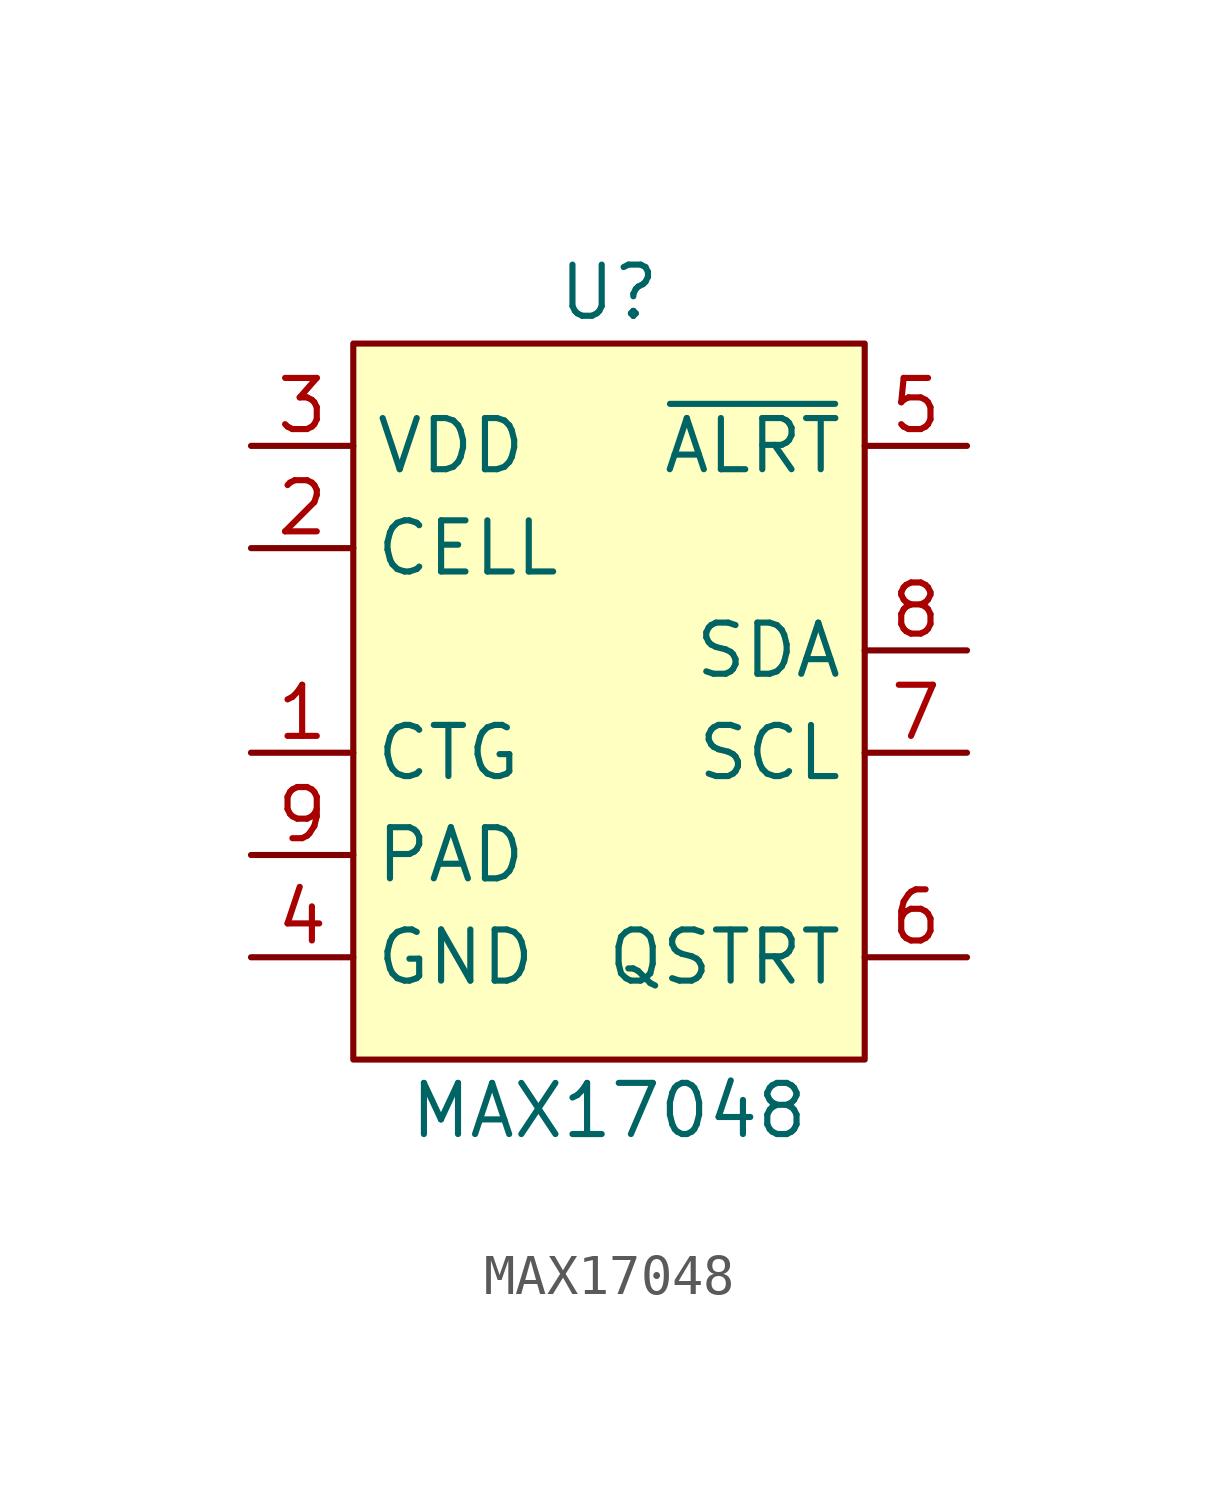
<source format=kicad_sym>
(kicad_symbol_lib
  (version 20211014)
  (generator kicad_symbol_editor)
  (symbol "MAX17048"
    (property "Reference" "U"
      (at 0 10.16 0)
      (effects (font (size 1.27 1.27))))
    (property "Value" "MAX17048"
      (at 0 -10.16 0)
      (effects (font (size 1.27 1.27))))
    (symbol "MAX17048_0_0"
      (pin power_in line (at -8.89 -1.27 0) (length 2.54) (name "CTG" (effects (font (size 1.27 1.27)))) (number "1" (effects (font (size 1.27 1.27)))))
      (pin power_in line (at -8.89 3.81 0) (length 2.54) (name "CELL" (effects (font (size 1.27 1.27)))) (number "2" (effects (font (size 1.27 1.27)))))
      (pin power_in line (at -8.89 6.35 0) (length 2.54) (name "VDD" (effects (font (size 1.27 1.27)))) (number "3" (effects (font (size 1.27 1.27)))))
      (pin power_in line (at -8.89 -6.35 0) (length 2.54) (name "GND" (effects (font (size 1.27 1.27)))) (number "4" (effects (font (size 1.27 1.27)))))
      (pin open_collector line (at 8.89 6.35 180) (length 2.54) (name "~{ALRT}" (effects (font (size 1.27 1.27)))) (number "5" (effects (font (size 1.27 1.27)))))
      (pin input line (at 8.89 -6.35 180) (length 2.54) (name "QSTRT" (effects (font (size 1.27 1.27)))) (number "6" (effects (font (size 1.27 1.27)))))
      (pin bidirectional line (at 8.89 -1.27 180) (length 2.54) (name "SCL" (effects (font (size 1.27 1.27)))) (number "7" (effects (font (size 1.27 1.27)))))
      (pin bidirectional line (at 8.89 1.27 180) (length 2.54) (name "SDA" (effects (font (size 1.27 1.27)))) (number "8" (effects (font (size 1.27 1.27)))))
      (pin power_in line (at -8.89 -3.81 0) (length 2.54) (name "PAD" (effects (font (size 1.27 1.27)))) (number "9" (effects (font (size 1.27 1.27))))))
    (symbol "MAX17048_0_1"
      (rectangle (start -6.35 8.89) (end 6.35 -8.89) (stroke (width 0.152) (type default) (color 0 0 0 0)) (fill (type background))))))
</source>
